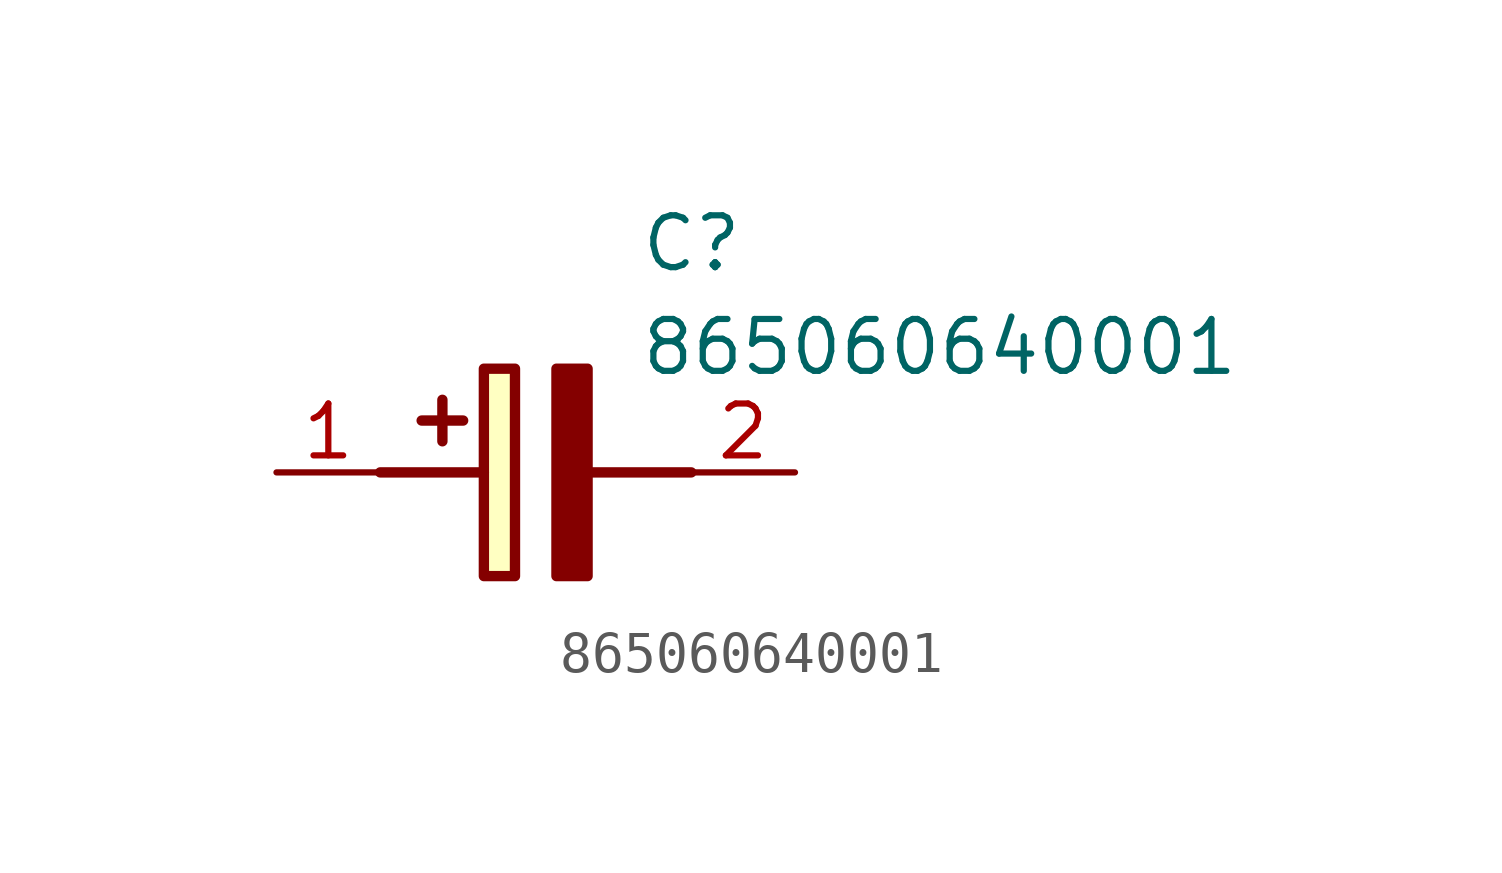
<source format=kicad_sym>
(kicad_symbol_lib
  (version 20211014)
  (generator SamacSys_ECAD_Model)
  (symbol "865060640001"
    (pin_names hide)
    (property "Reference" "C"
      (at 8.89 6.35 0)
      (effects (font (size 1.27 1.27)) (justify left top)))
    (property "Value" "865060640001"
      (at 8.89 3.81 0)
      (effects (font (size 1.27 1.27)) (justify left top)))
    (rectangle
      (start 5.08 2.54)
      (end 5.842 -2.54)
      (stroke (width 0.254) (type default))
      (fill (type background)))
    (polyline
      (pts (xy 4.572 1.27) (xy 3.556 1.27))
      (stroke (width 0.254) (type default))
      (fill (type none)))
    (polyline
      (pts (xy 4.064 1.778) (xy 4.064 0.762))
      (stroke (width 0.254) (type default))
      (fill (type none)))
    (polyline
      (pts (xy 2.54 0) (xy 5.08 0))
      (stroke (width 0.254) (type default))
      (fill (type none)))
    (polyline
      (pts (xy 7.62 0) (xy 10.16 0))
      (stroke (width 0.254) (type default))
      (fill (type none)))
    (polyline
      (pts (xy 7.62 2.54) (xy 7.62 -2.54) (xy 6.858 -2.54) (xy 6.858 2.54) (xy 7.62 2.54))
      (stroke (width 0.254) (type default))
      (fill (type outline)))
    (pin passive line
      (at 0 0 0)
      (length 2.54)
      (name "+" (effects (font (size 1.27 1.27))))
      (number "1" (effects (font (size 1.27 1.27)))))
    (pin passive line
      (at 12.7 0 180)
      (length 2.54)
      (name "-" (effects (font (size 1.27 1.27))))
      (number "2" (effects (font (size 1.27 1.27)))))))
</source>
